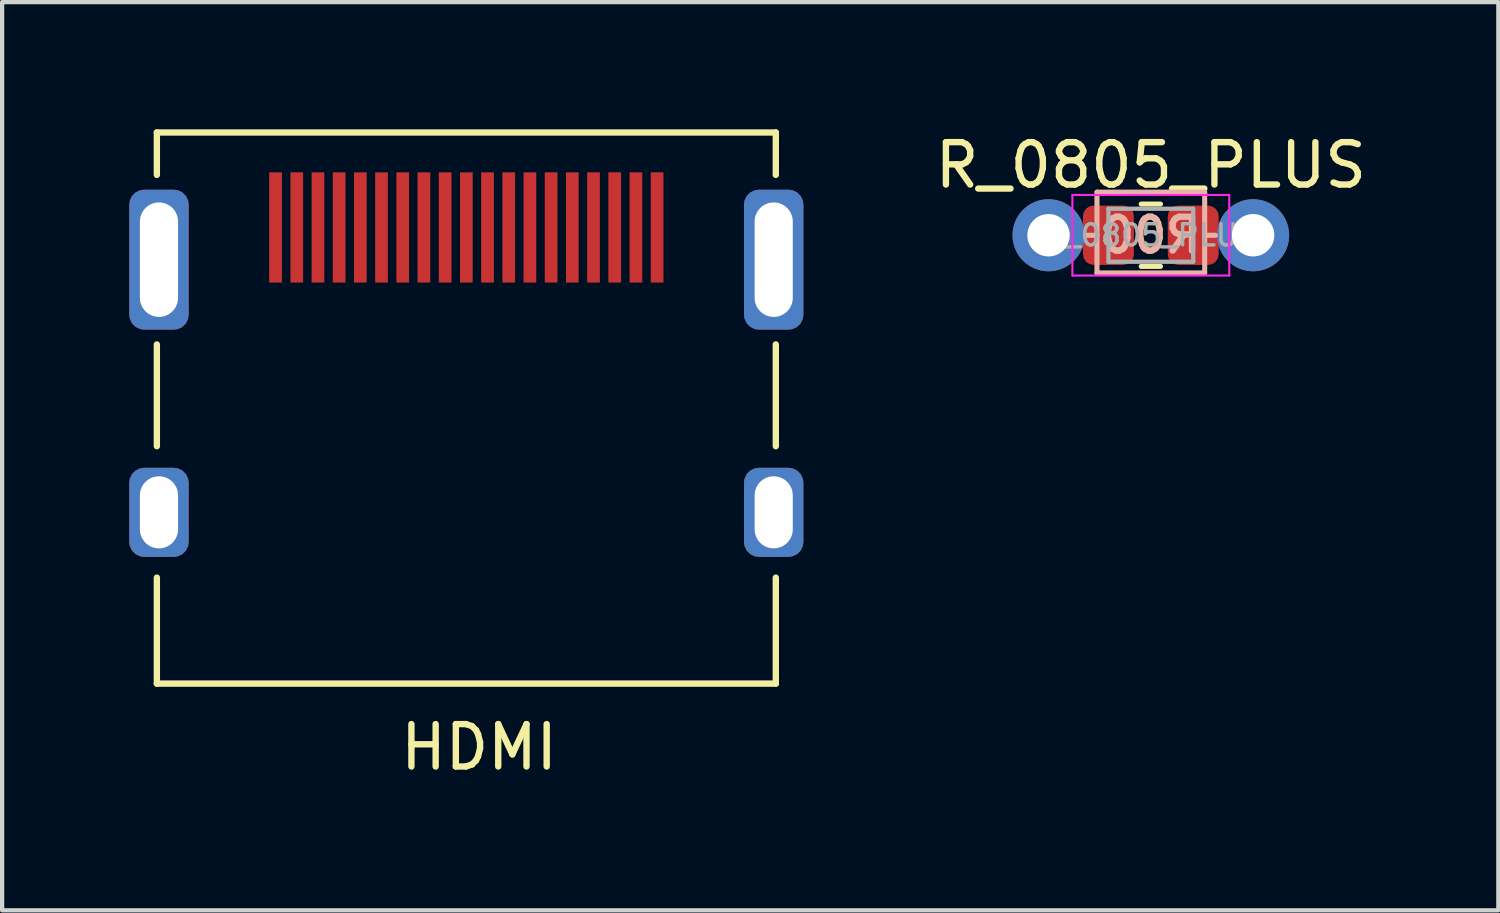
<source format=kicad_pcb>
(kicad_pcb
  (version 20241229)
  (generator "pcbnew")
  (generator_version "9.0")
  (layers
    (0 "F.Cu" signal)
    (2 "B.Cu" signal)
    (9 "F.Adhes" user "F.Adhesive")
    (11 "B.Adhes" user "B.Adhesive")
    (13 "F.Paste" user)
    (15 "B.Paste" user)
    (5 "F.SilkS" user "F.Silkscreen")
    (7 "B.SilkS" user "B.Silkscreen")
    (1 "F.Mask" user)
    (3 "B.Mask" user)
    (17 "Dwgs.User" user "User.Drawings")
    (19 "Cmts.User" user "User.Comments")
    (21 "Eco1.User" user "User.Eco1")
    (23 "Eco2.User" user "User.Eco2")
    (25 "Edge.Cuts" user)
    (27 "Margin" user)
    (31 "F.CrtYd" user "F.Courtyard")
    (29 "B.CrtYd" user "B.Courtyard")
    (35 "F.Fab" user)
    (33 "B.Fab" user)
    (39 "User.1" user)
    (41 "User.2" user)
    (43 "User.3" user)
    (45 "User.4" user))
  (footprint "HDMI"
    (layer "F.Cu")
    (at 7.95 3.075)
    (property "Reference" "HDMI" (at 0.3 11.5 180) (layer "F.SilkS") (effects (font (size 1 1) (thickness 0.15))))
    (attr through_hole)
    (fp_line (start -7.3 -3) (end 7.3 -3) (stroke (width 0.15) (type solid)) (layer "F.SilkS"))
    (fp_line (start -7.3 -2) (end -7.3 -3) (stroke (width 0.15) (type solid)) (layer "F.SilkS"))
    (fp_line (start -7.3 2) (end -7.3 4.4) (stroke (width 0.15) (type solid)) (layer "F.SilkS"))
    (fp_line (start -7.3 7.5) (end -7.3 10) (stroke (width 0.15) (type solid)) (layer "F.SilkS"))
    (fp_line (start -7.3 10) (end 7.3 10) (stroke (width 0.15) (type solid)) (layer "F.SilkS"))
    (fp_line (start 7.3 -3) (end 7.3 -2) (stroke (width 0.15) (type solid)) (layer "F.SilkS"))
    (fp_line (start 7.3 2) (end 7.3 4.4) (stroke (width 0.15) (type solid)) (layer "F.SilkS"))
    (fp_line (start 7.3 10) (end 7.3 7.5) (stroke (width 0.15) (type solid)) (layer "F.SilkS"))
    (pad "1" smd rect (at 4.5 -0.76) (size 0.3 2.6) (layers "F.Cu" "F.Mask" "F.Paste"))
    (pad "2" smd rect (at 4 -0.76) (size 0.3 2.6) (layers "F.Cu" "F.Mask" "F.Paste"))
    (pad "3" smd rect (at 3.5 -0.76) (size 0.3 2.6) (layers "F.Cu" "F.Mask" "F.Paste"))
    (pad "4" smd rect (at 3 -0.76) (size 0.3 2.6) (layers "F.Cu" "F.Mask" "F.Paste"))
    (pad "5" smd rect (at 2.5 -0.76) (size 0.3 2.6) (layers "F.Cu" "F.Mask" "F.Paste"))
    (pad "6" smd rect (at 2 -0.76) (size 0.3 2.6) (layers "F.Cu" "F.Mask" "F.Paste"))
    (pad "7" smd rect (at 1.5 -0.76) (size 0.3 2.6) (layers "F.Cu" "F.Mask" "F.Paste"))
    (pad "8" smd rect (at 1 -0.76) (size 0.3 2.6) (layers "F.Cu" "F.Mask" "F.Paste"))
    (pad "9" smd rect (at 0.5 -0.76) (size 0.3 2.6) (layers "F.Cu" "F.Mask" "F.Paste"))
    (pad "10" smd rect (at 0 -0.76) (size 0.3 2.6) (layers "F.Cu" "F.Mask" "F.Paste"))
    (pad "11" smd rect (at -0.5 -0.76) (size 0.3 2.6) (layers "F.Cu" "F.Mask" "F.Paste"))
    (pad "12" smd rect (at -1 -0.76) (size 0.3 2.6) (layers "F.Cu" "F.Mask" "F.Paste"))
    (pad "13" smd rect (at -1.5 -0.76) (size 0.3 2.6) (layers "F.Cu" "F.Mask" "F.Paste"))
    (pad "14" smd rect (at -2 -0.76) (size 0.3 2.6) (layers "F.Cu" "F.Mask" "F.Paste"))
    (pad "15" smd rect (at -2.5 -0.76) (size 0.3 2.6) (layers "F.Cu" "F.Mask" "F.Paste"))
    (pad "16" smd rect (at -3 -0.76) (size 0.3 2.6) (layers "F.Cu" "F.Mask" "F.Paste"))
    (pad "17" smd rect (at -3.5 -0.76) (size 0.3 2.6) (layers "F.Cu" "F.Mask" "F.Paste"))
    (pad "18" smd rect (at -4 -0.76) (size 0.3 2.6) (layers "F.Cu" "F.Mask" "F.Paste"))
    (pad "19" smd rect (at -4.5 -0.76) (size 0.3 2.6) (layers "F.Cu" "F.Mask" "F.Paste"))
    (pad "20" thru_hole roundrect (at -7.25 0) (size 1.4 3.3) (drill oval 0.9 2.7) (layers "*.Cu" "*.Mask") (roundrect_rratio 0.25))
    (pad "21" thru_hole roundrect (at -7.25 5.96) (size 1.4 2.1) (drill oval 0.9 1.7) (layers "*.Cu" "*.Mask") (roundrect_rratio 0.25))
    (pad "22" thru_hole roundrect (at 7.25 5.96) (size 1.4 2.1) (drill oval 0.9 1.7) (layers "*.Cu" "*.Mask") (roundrect_rratio 0.25))
    (pad "23" thru_hole roundrect (at 7.25 0) (size 1.4 3.3) (drill oval 0.9 2.7) (layers "*.Cu" "*.Mask") (roundrect_rratio 0.25)))
  (footprint "R_0805_PLUS"
    (layer "F.Cu")
    (at 24.096 2.499)
    (property "Reference" "R_0805_PLUS" (at 0 -1.651 180) (layer "F.SilkS") (effects (font (size 1 1) (thickness 0.15))))
    (attr smd)
    (fp_line (start -0.227 -0.735) (end 0.227 -0.735) (stroke (width 0.12) (type solid)) (layer "F.SilkS"))
    (fp_line (start -0.227 0.735) (end 0.227 0.735) (stroke (width 0.12) (type solid)) (layer "F.SilkS"))
    (fp_line (start -1.27 -1.016) (end 1.27 -1.016) (stroke (width 0.12) (type solid)) (layer "B.SilkS"))
    (fp_line (start -1.27 0) (end -1.524 0) (stroke (width 0.12) (type solid)) (layer "B.SilkS"))
    (fp_line (start -1.27 0.889) (end -1.27 -1.016) (stroke (width 0.12) (type solid)) (layer "B.SilkS"))
    (fp_line (start 1.27 -1.016) (end 1.27 0.889) (stroke (width 0.12) (type solid)) (layer "B.SilkS"))
    (fp_line (start 1.27 0.889) (end -1.27 0.889) (stroke (width 0.12) (type solid)) (layer "B.SilkS"))
    (fp_line (start 1.524 0) (end 1.27 0) (stroke (width 0.12) (type solid)) (layer "B.SilkS"))
    (fp_line (start -1.85 -0.95) (end 1.85 -0.95) (stroke (width 0.05) (type solid)) (layer "F.CrtYd"))
    (fp_line (start -1.85 0.95) (end -1.85 -0.95) (stroke (width 0.05) (type solid)) (layer "F.CrtYd"))
    (fp_line (start 1.85 -0.95) (end 1.85 0.95) (stroke (width 0.05) (type solid)) (layer "F.CrtYd"))
    (fp_line (start 1.85 0.95) (end -1.85 0.95) (stroke (width 0.05) (type solid)) (layer "F.CrtYd"))
    (fp_line (start -1 -0.625) (end 1 -0.625) (stroke (width 0.1) (type solid)) (layer "F.Fab"))
    (fp_line (start -1 0.625) (end -1 -0.625) (stroke (width 0.1) (type solid)) (layer "F.Fab"))
    (fp_line (start 1 -0.625) (end 1 0.625) (stroke (width 0.1) (type solid)) (layer "F.Fab"))
    (fp_line (start 1 0.625) (end -1 0.625) (stroke (width 0.1) (type solid)) (layer "F.Fab"))
    (fp_text user "R00" (at 0 0 0) (unlocked yes) (layer "B.SilkS") (effects (font (size 0.8 0.8) (thickness 0.15)) (justify mirror)))
    (fp_text user "${REFERENCE}" (at 0 0 180) (layer "F.Fab") (effects (font (size 0.5 0.5) (thickness 0.08))))
    (pad "1" thru_hole circle (at -2.413 0) (size 1.7 1.7) (drill 1) (layers "*.Cu" "*.Mask"))
    (pad "1" smd roundrect (at -1 0) (size 1.2 1.4) (layers "F.Cu" "F.Mask" "F.Paste") (roundrect_rratio 0.208))
    (pad "2" smd roundrect (at 1 0) (size 1.2 1.4) (layers "F.Cu" "F.Mask" "F.Paste") (roundrect_rratio 0.208))
    (pad "2" thru_hole circle (at 2.413 0) (size 1.7 1.7) (drill 1) (layers "*.Cu" "*.Mask")))
  (gr_rect
    (start -3 -3)
    (end 32.293 18.423)
    (stroke (width 0.1) (type default))
    (fill no)
    (layer "Edge.Cuts")))
</source>
